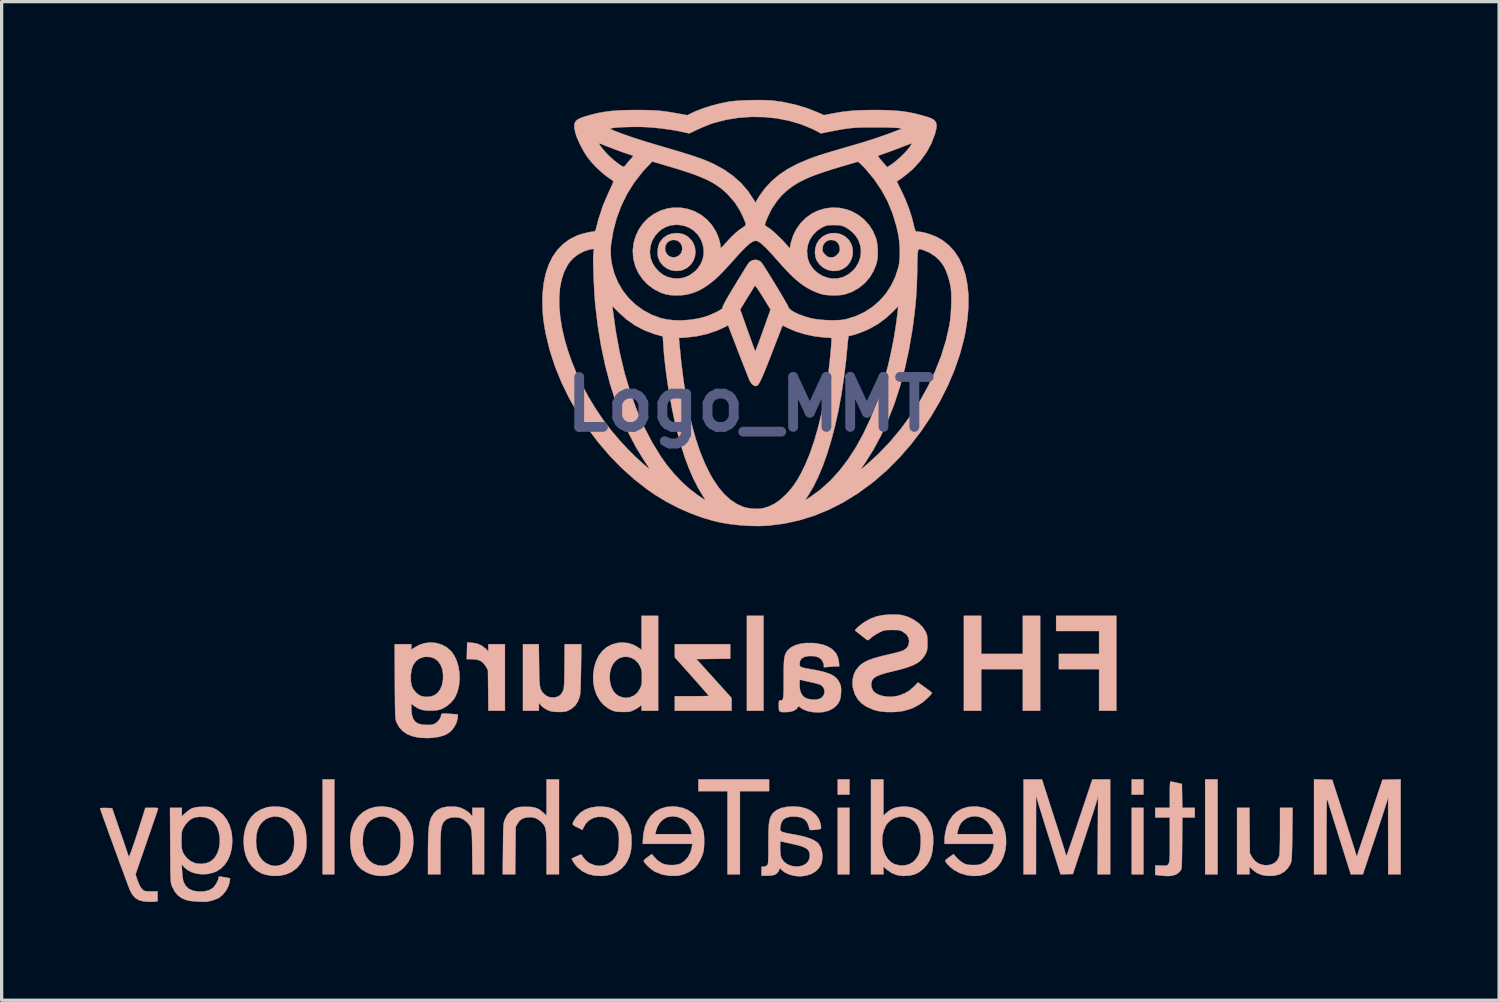
<source format=kicad_pcb>
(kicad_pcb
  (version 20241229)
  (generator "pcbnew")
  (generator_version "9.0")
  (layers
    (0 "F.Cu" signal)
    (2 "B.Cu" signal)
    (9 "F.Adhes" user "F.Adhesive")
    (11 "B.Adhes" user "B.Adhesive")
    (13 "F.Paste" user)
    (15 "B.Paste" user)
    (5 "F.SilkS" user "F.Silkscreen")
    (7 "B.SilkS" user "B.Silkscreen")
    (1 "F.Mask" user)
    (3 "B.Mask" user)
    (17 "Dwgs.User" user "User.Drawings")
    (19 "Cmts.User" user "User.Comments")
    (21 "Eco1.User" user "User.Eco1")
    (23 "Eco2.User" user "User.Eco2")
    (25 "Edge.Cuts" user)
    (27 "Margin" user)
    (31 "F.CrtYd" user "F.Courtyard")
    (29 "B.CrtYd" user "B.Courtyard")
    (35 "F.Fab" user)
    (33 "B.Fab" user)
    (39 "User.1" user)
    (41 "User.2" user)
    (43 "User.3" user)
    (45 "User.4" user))
  (footprint "Logo_MMT"
    (layer "F.Cu")
    (at 19.859 9.294)
    (property "Reference" "Logo_MMT" (at 0 0 180) (layer "B.Fab") (effects (font (size 1.524 1.524) (thickness 0.3))))
    (attr through_hole)
    (fp_poly (pts (xy -13.06 14.351) (xy -12.7 14.351) (xy -12.7 11.451) (xy -13.06 11.451) (xy -13.06 14.351)) (stroke (width 0.01) (type solid)) (fill yes) (layer "B.SilkS"))
    (fp_poly (pts (xy -0.106 9.356) (xy 0.402 9.356) (xy 0.402 6.456) (xy -0.106 6.456) (xy -0.106 9.356)) (stroke (width 0.01) (type solid)) (fill yes) (layer "B.SilkS"))
    (fp_poly (pts (xy 2.667 11.917) (xy 3.027 11.917) (xy 3.027 11.451) (xy 2.667 11.451) (xy 2.667 11.917)) (stroke (width 0.01) (type solid)) (fill yes) (layer "B.SilkS"))
    (fp_poly (pts (xy 2.667 14.351) (xy 3.027 14.351) (xy 3.027 12.319) (xy 2.667 12.319) (xy 2.667 14.351)) (stroke (width 0.01) (type solid)) (fill yes) (layer "B.SilkS"))
    (fp_poly (pts (xy 11.642 11.917) (xy 12.002 11.917) (xy 12.002 11.451) (xy 11.642 11.451) (xy 11.642 11.917)) (stroke (width 0.01) (type solid)) (fill yes) (layer "B.SilkS"))
    (fp_poly (pts (xy 11.642 14.351) (xy 12.002 14.351) (xy 12.002 12.319) (xy 11.642 12.319) (xy 11.642 14.351)) (stroke (width 0.01) (type solid)) (fill yes) (layer "B.SilkS"))
    (fp_poly (pts (xy 13.885 14.351) (xy 14.266 14.351) (xy 14.266 11.451) (xy 13.885 11.451) (xy 13.885 14.351)) (stroke (width 0.01) (type solid)) (fill yes) (layer "B.SilkS"))
    (fp_poly (pts (xy -1.587 11.811) (xy -0.699 11.811) (xy -0.699 14.351) (xy -0.318 14.351) (xy -0.318 11.811) (xy 0.572 11.811) (xy 0.572 11.451) (xy -1.587 11.451) (xy -1.587 11.811)) (stroke (width 0.01) (type solid)) (fill yes) (layer "B.SilkS"))
    (fp_poly (pts (xy 9.335 6.921) (xy 10.647 6.921) (xy 10.647 7.62) (xy 9.419 7.62) (xy 9.419 8.086) (xy 10.647 8.086) (xy 10.647 9.356) (xy 11.176 9.356) (xy 11.176 6.456) (xy 9.335 6.456) (xy 9.335 6.921)) (stroke (width 0.01) (type solid)) (fill yes) (layer "B.SilkS"))
    (fp_poly (pts (xy 8.319 7.62) (xy 7.048 7.62) (xy 7.048 6.456) (xy 6.519 6.456) (xy 6.519 9.356) (xy 7.048 9.356) (xy 7.048 8.086) (xy 8.319 8.086) (xy 8.319 9.356) (xy 8.848 9.356) (xy 8.848 6.456) (xy 8.319 6.456) (xy 8.319 7.62)) (stroke (width 0.01) (type solid)) (fill yes) (layer "B.SilkS"))
    (fp_poly (pts (xy -8.652 7.525) (xy -8.658 7.78) (xy -8.5 7.781) (xy -8.358 7.793) (xy -8.247 7.829) (xy -8.159 7.892) (xy -8.086 7.986) (xy -8.078 8.001) (xy -8.012 8.117) (xy -8.005 8.737) (xy -7.998 9.356) (xy -7.493 9.356) (xy -7.493 7.324) (xy -8.001 7.324) (xy -8.001 7.542) (xy -8.079 7.462) (xy -8.199 7.368) (xy -8.343 7.305) (xy -8.504 7.278) (xy -8.509 7.278) (xy -8.647 7.271) (xy -8.652 7.525)) (stroke (width 0.01) (type solid)) (fill yes) (layer "B.SilkS"))
    (fp_poly (pts (xy -2.307 7.724) (xy -1.789 8.306) (xy -1.671 8.439) (xy -1.562 8.562) (xy -1.466 8.671) (xy -1.386 8.763) (xy -1.324 8.834) (xy -1.285 8.881) (xy -1.27 8.9) (xy -1.27 8.9) (xy -1.29 8.903) (xy -1.347 8.906) (xy -1.435 8.908) (xy -1.548 8.91) (xy -1.68 8.911) (xy -1.789 8.911) (xy -2.307 8.911) (xy -2.307 9.356) (xy -0.572 9.356) (xy -0.573 9.16) (xy -0.574 8.964) (xy -1.11 8.371) (xy -1.646 7.779) (xy -1.13 7.773) (xy -0.614 7.767) (xy -0.614 7.324) (xy -2.307 7.324) (xy -2.307 7.724)) (stroke (width 0.01) (type solid)) (fill yes) (layer "B.SilkS"))
    (fp_poly (pts (xy 16.171 13.008) (xy 16.171 13.232) (xy 16.168 13.422) (xy 16.164 13.576) (xy 16.159 13.692) (xy 16.152 13.769) (xy 16.147 13.793) (xy 16.099 13.905) (xy 16.021 13.99) (xy 15.915 14.046) (xy 15.787 14.071) (xy 15.687 14.069) (xy 15.549 14.035) (xy 15.433 13.965) (xy 15.339 13.859) (xy 15.316 13.822) (xy 15.251 13.705) (xy 15.244 13.012) (xy 15.238 12.319) (xy 14.859 12.319) (xy 14.859 14.351) (xy 15.24 14.351) (xy 15.24 14.12) (xy 15.336 14.213) (xy 15.462 14.307) (xy 15.614 14.369) (xy 15.787 14.398) (xy 15.977 14.394) (xy 16.01 14.39) (xy 16.164 14.349) (xy 16.299 14.272) (xy 16.41 14.165) (xy 16.491 14.032) (xy 16.513 13.974) (xy 16.521 13.928) (xy 16.528 13.843) (xy 16.534 13.718) (xy 16.539 13.553) (xy 16.544 13.347) (xy 16.547 13.107) (xy 16.556 12.319) (xy 16.171 12.319) (xy 16.171 13.008)) (stroke (width 0.01) (type solid)) (fill yes) (layer "B.SilkS"))
    (fp_poly (pts (xy -2.414 -5.209) (xy -2.555 -5.155) (xy -2.673 -5.066) (xy -2.765 -4.945) (xy -2.777 -4.922) (xy -2.811 -4.827) (xy -2.83 -4.711) (xy -2.833 -4.591) (xy -2.818 -4.487) (xy -2.817 -4.482) (xy -2.759 -4.348) (xy -2.669 -4.237) (xy -2.555 -4.151) (xy -2.424 -4.094) (xy -2.281 -4.07) (xy -2.134 -4.081) (xy -2.057 -4.103) (xy -1.923 -4.171) (xy -1.817 -4.267) (xy -1.738 -4.385) (xy -1.691 -4.517) (xy -1.675 -4.657) (xy -1.685 -4.726) (xy -2.079 -4.726) (xy -2.08 -4.718) (xy -2.112 -4.623) (xy -2.173 -4.55) (xy -2.254 -4.503) (xy -2.346 -4.486) (xy -2.441 -4.505) (xy -2.476 -4.522) (xy -2.548 -4.586) (xy -2.591 -4.669) (xy -2.605 -4.761) (xy -2.589 -4.851) (xy -2.544 -4.93) (xy -2.473 -4.987) (xy -2.373 -5.018) (xy -2.277 -5.013) (xy -2.193 -4.976) (xy -2.127 -4.913) (xy -2.087 -4.828) (xy -2.079 -4.726) (xy -1.685 -4.726) (xy -1.694 -4.799) (xy -1.749 -4.936) (xy -1.795 -5.006) (xy -1.901 -5.116) (xy -2.025 -5.188) (xy -2.17 -5.223) (xy -2.251 -5.228) (xy -2.414 -5.209)) (stroke (width 0.01) (type solid)) (fill yes) (layer "B.SilkS"))
    (fp_poly (pts (xy -6.223 12.557) (xy -6.32 12.468) (xy -6.41 12.393) (xy -6.496 12.341) (xy -6.589 12.309) (xy -6.702 12.292) (xy -6.844 12.287) (xy -6.847 12.287) (xy -6.958 12.289) (xy -7.038 12.294) (xy -7.1 12.304) (xy -7.155 12.322) (xy -7.191 12.337) (xy -7.32 12.418) (xy -7.422 12.531) (xy -7.495 12.671) (xy -7.508 12.704) (xy -7.518 12.737) (xy -7.527 12.774) (xy -7.533 12.819) (xy -7.538 12.877) (xy -7.542 12.954) (xy -7.545 13.053) (xy -7.548 13.179) (xy -7.55 13.337) (xy -7.552 13.533) (xy -7.552 13.573) (xy -7.56 14.351) (xy -7.178 14.351) (xy -7.171 13.626) (xy -7.165 12.901) (xy -7.112 12.808) (xy -7.051 12.72) (xy -6.981 12.662) (xy -6.887 12.625) (xy -6.834 12.613) (xy -6.689 12.604) (xy -6.553 12.636) (xy -6.431 12.708) (xy -6.383 12.75) (xy -6.342 12.794) (xy -6.308 12.836) (xy -6.281 12.881) (xy -6.261 12.935) (xy -6.246 13.001) (xy -6.235 13.086) (xy -6.229 13.194) (xy -6.225 13.329) (xy -6.223 13.497) (xy -6.223 13.699) (xy -6.223 14.351) (xy -5.842 14.351) (xy -5.842 11.451) (xy -6.223 11.451) (xy -6.223 12.557)) (stroke (width 0.01) (type solid)) (fill yes) (layer "B.SilkS"))
    (fp_poly (pts (xy 2.473 -5.226) (xy 2.334 -5.191) (xy 2.207 -5.124) (xy 2.107 -5.033) (xy 2.03 -4.913) (xy 1.984 -4.774) (xy 1.971 -4.629) (xy 1.991 -4.486) (xy 2.027 -4.391) (xy 2.113 -4.267) (xy 2.226 -4.17) (xy 2.36 -4.104) (xy 2.505 -4.071) (xy 2.655 -4.075) (xy 2.699 -4.084) (xy 2.835 -4.137) (xy 2.948 -4.22) (xy 3.035 -4.327) (xy 3.096 -4.451) (xy 3.127 -4.586) (xy 3.128 -4.726) (xy 3.124 -4.74) (xy 2.731 -4.74) (xy 2.725 -4.681) (xy 2.704 -4.633) (xy 2.658 -4.579) (xy 2.648 -4.57) (xy 2.594 -4.52) (xy 2.549 -4.496) (xy 2.493 -4.488) (xy 2.466 -4.487) (xy 2.402 -4.491) (xy 2.355 -4.509) (xy 2.306 -4.548) (xy 2.284 -4.57) (xy 2.233 -4.625) (xy 2.209 -4.672) (xy 2.201 -4.728) (xy 2.201 -4.742) (xy 2.219 -4.848) (xy 2.269 -4.932) (xy 2.343 -4.991) (xy 2.433 -5.019) (xy 2.533 -5.012) (xy 2.601 -4.986) (xy 2.673 -4.926) (xy 2.717 -4.837) (xy 2.731 -4.74) (xy 3.124 -4.74) (xy 3.095 -4.863) (xy 3.027 -4.991) (xy 2.994 -5.033) (xy 2.884 -5.131) (xy 2.756 -5.196) (xy 2.616 -5.227) (xy 2.473 -5.226)) (stroke (width 0.01) (type solid)) (fill yes) (layer "B.SilkS"))
    (fp_poly (pts (xy 10.052 12.615) (xy 9.981 12.827) (xy 9.913 13.027) (xy 9.851 13.211) (xy 9.795 13.375) (xy 9.746 13.516) (xy 9.707 13.63) (xy 9.676 13.715) (xy 9.658 13.765) (xy 9.651 13.779) (xy 9.64 13.761) (xy 9.623 13.714) (xy 9.613 13.679) (xy 9.602 13.64) (xy 9.579 13.564) (xy 9.545 13.457) (xy 9.503 13.322) (xy 9.452 13.163) (xy 9.396 12.986) (xy 9.334 12.793) (xy 9.269 12.589) (xy 9.245 12.515) (xy 8.903 11.451) (xy 8.34 11.451) (xy 8.34 14.351) (xy 8.721 14.351) (xy 8.722 13.15) (xy 8.723 11.949) (xy 8.791 12.181) (xy 8.812 12.25) (xy 8.844 12.353) (xy 8.885 12.487) (xy 8.934 12.644) (xy 8.989 12.822) (xy 9.049 13.013) (xy 9.112 13.213) (xy 9.166 13.383) (xy 9.471 14.352) (xy 9.66 14.346) (xy 9.848 14.34) (xy 10.163 13.388) (xy 10.23 13.187) (xy 10.294 12.99) (xy 10.355 12.804) (xy 10.411 12.632) (xy 10.461 12.481) (xy 10.501 12.356) (xy 10.531 12.261) (xy 10.547 12.212) (xy 10.616 11.988) (xy 10.608 13.17) (xy 10.6 14.351) (xy 10.986 14.351) (xy 10.986 11.451) (xy 10.441 11.451) (xy 10.052 12.615)) (stroke (width 0.01) (type solid)) (fill yes) (layer "B.SilkS"))
    (fp_poly (pts (xy 12.823 11.525) (xy 12.815 11.558) (xy 12.81 11.618) (xy 12.807 11.709) (xy 12.806 11.837) (xy 12.806 11.917) (xy 12.806 12.319) (xy 12.361 12.319) (xy 12.361 12.615) (xy 12.806 12.615) (xy 12.806 13.301) (xy 12.806 13.504) (xy 12.806 13.67) (xy 12.803 13.8) (xy 12.798 13.901) (xy 12.788 13.974) (xy 12.772 14.026) (xy 12.748 14.058) (xy 12.716 14.076) (xy 12.675 14.084) (xy 12.622 14.084) (xy 12.556 14.082) (xy 12.543 14.081) (xy 12.361 14.077) (xy 12.361 14.369) (xy 12.483 14.382) (xy 12.596 14.393) (xy 12.676 14.4) (xy 12.736 14.403) (xy 12.785 14.402) (xy 12.834 14.397) (xy 12.867 14.392) (xy 12.982 14.362) (xy 13.072 14.305) (xy 13.133 14.237) (xy 13.144 14.22) (xy 13.153 14.201) (xy 13.161 14.174) (xy 13.166 14.135) (xy 13.171 14.081) (xy 13.174 14.006) (xy 13.177 13.907) (xy 13.179 13.778) (xy 13.181 13.617) (xy 13.182 13.418) (xy 13.183 13.397) (xy 13.189 12.615) (xy 13.568 12.615) (xy 13.568 12.319) (xy 13.188 12.319) (xy 13.182 11.955) (xy 13.176 11.59) (xy 13.018 11.553) (xy 12.938 11.535) (xy 12.873 11.522) (xy 12.835 11.516) (xy 12.832 11.516) (xy 12.823 11.525)) (stroke (width 0.01) (type solid)) (fill yes) (layer "B.SilkS"))
    (fp_poly (pts (xy -9.266 12.285) (xy -9.423 12.318) (xy -9.551 12.38) (xy -9.655 12.473) (xy -9.735 12.598) (xy -9.735 12.598) (xy -9.762 12.66) (xy -9.784 12.728) (xy -9.802 12.808) (xy -9.816 12.903) (xy -9.826 13.019) (xy -9.834 13.16) (xy -9.838 13.33) (xy -9.841 13.534) (xy -9.842 13.753) (xy -9.842 14.351) (xy -9.461 14.351) (xy -9.461 13.699) (xy -9.461 13.485) (xy -9.458 13.309) (xy -9.454 13.166) (xy -9.447 13.051) (xy -9.436 12.96) (xy -9.422 12.887) (xy -9.403 12.829) (xy -9.38 12.78) (xy -9.356 12.742) (xy -9.278 12.67) (xy -9.17 12.625) (xy -9.033 12.608) (xy -9.017 12.608) (xy -8.876 12.623) (xy -8.757 12.673) (xy -8.653 12.758) (xy -8.639 12.774) (xy -8.603 12.816) (xy -8.573 12.856) (xy -8.549 12.896) (xy -8.532 12.943) (xy -8.518 13.002) (xy -8.509 13.077) (xy -8.502 13.173) (xy -8.498 13.296) (xy -8.495 13.451) (xy -8.493 13.642) (xy -8.492 13.679) (xy -8.485 14.351) (xy -8.128 14.351) (xy -8.128 12.319) (xy -8.488 12.319) (xy -8.488 12.583) (xy -8.552 12.505) (xy -8.608 12.452) (xy -8.688 12.396) (xy -8.756 12.358) (xy -8.837 12.321) (xy -8.911 12.299) (xy -8.993 12.286) (xy -9.08 12.281) (xy -9.266 12.285)) (stroke (width 0.01) (type solid)) (fill yes) (layer "B.SilkS"))
    (fp_poly (pts (xy 17.209 14.351) (xy 17.59 14.351) (xy 17.591 13.171) (xy 17.591 12.918) (xy 17.592 12.704) (xy 17.593 12.527) (xy 17.594 12.384) (xy 17.595 12.271) (xy 17.597 12.187) (xy 17.6 12.127) (xy 17.603 12.089) (xy 17.607 12.07) (xy 17.612 12.068) (xy 17.618 12.079) (xy 17.624 12.097) (xy 17.639 12.146) (xy 17.665 12.231) (xy 17.701 12.345) (xy 17.745 12.485) (xy 17.794 12.643) (xy 17.848 12.817) (xy 17.906 12.999) (xy 17.964 13.185) (xy 18.022 13.369) (xy 18.078 13.547) (xy 18.131 13.714) (xy 18.178 13.863) (xy 18.217 13.986) (xy 18.332 14.351) (xy 18.701 14.351) (xy 19.017 13.404) (xy 19.084 13.203) (xy 19.149 13.007) (xy 19.211 12.822) (xy 19.267 12.651) (xy 19.316 12.501) (xy 19.357 12.376) (xy 19.387 12.282) (xy 19.402 12.234) (xy 19.471 12.012) (xy 19.472 13.182) (xy 19.473 14.351) (xy 19.854 14.351) (xy 19.854 11.45) (xy 19.297 11.462) (xy 18.513 13.811) (xy 18.473 13.674) (xy 18.459 13.627) (xy 18.433 13.544) (xy 18.397 13.429) (xy 18.352 13.288) (xy 18.3 13.125) (xy 18.242 12.943) (xy 18.18 12.748) (xy 18.114 12.543) (xy 18.1 12.499) (xy 17.766 11.462) (xy 17.487 11.456) (xy 17.209 11.45) (xy 17.209 14.351)) (stroke (width 0.01) (type solid)) (fill yes) (layer "B.SilkS"))
    (fp_poly (pts (xy -5.676 7.996) (xy -5.678 8.183) (xy -5.681 8.333) (xy -5.683 8.451) (xy -5.686 8.542) (xy -5.691 8.61) (xy -5.697 8.661) (xy -5.704 8.7) (xy -5.714 8.732) (xy -5.726 8.761) (xy -5.729 8.767) (xy -5.786 8.859) (xy -5.86 8.916) (xy -5.96 8.945) (xy -5.989 8.949) (xy -6.115 8.945) (xy -6.222 8.905) (xy -6.315 8.827) (xy -6.315 8.827) (xy -6.349 8.788) (xy -6.376 8.749) (xy -6.397 8.706) (xy -6.414 8.652) (xy -6.426 8.585) (xy -6.435 8.497) (xy -6.441 8.385) (xy -6.445 8.244) (xy -6.449 8.067) (xy -6.45 7.953) (xy -6.459 7.324) (xy -6.943 7.324) (xy -6.943 9.356) (xy -6.456 9.356) (xy -6.456 9.121) (xy -6.391 9.195) (xy -6.335 9.246) (xy -6.259 9.299) (xy -6.206 9.328) (xy -6.139 9.357) (xy -6.075 9.376) (xy -6 9.386) (xy -5.898 9.392) (xy -5.885 9.392) (xy -5.75 9.392) (xy -5.649 9.381) (xy -5.607 9.37) (xy -5.462 9.298) (xy -5.349 9.2) (xy -5.265 9.073) (xy -5.218 8.953) (xy -5.208 8.915) (xy -5.199 8.869) (xy -5.192 8.81) (xy -5.187 8.733) (xy -5.182 8.633) (xy -5.178 8.507) (xy -5.175 8.349) (xy -5.171 8.155) (xy -5.17 8.08) (xy -5.159 7.324) (xy -5.67 7.324) (xy -5.676 7.996)) (stroke (width 0.01) (type solid)) (fill yes) (layer "B.SilkS"))
    (fp_poly (pts (xy 3.683 14.351) (xy 4.064 14.351) (xy 4.064 14.114) (xy 4.171 14.21) (xy 4.312 14.309) (xy 4.475 14.373) (xy 4.656 14.4) (xy 4.853 14.39) (xy 5.012 14.353) (xy 5.15 14.285) (xy 5.272 14.189) (xy 5.384 14.068) (xy 5.468 13.936) (xy 5.527 13.786) (xy 5.564 13.612) (xy 5.582 13.409) (xy 5.582 13.384) (xy 5.201 13.384) (xy 5.192 13.519) (xy 5.177 13.623) (xy 5.154 13.707) (xy 5.119 13.784) (xy 5.074 13.857) (xy 4.979 13.964) (xy 4.86 14.037) (xy 4.724 14.076) (xy 4.576 14.08) (xy 4.42 14.045) (xy 4.41 14.042) (xy 4.297 13.98) (xy 4.201 13.886) (xy 4.125 13.766) (xy 4.069 13.627) (xy 4.035 13.474) (xy 4.024 13.315) (xy 4.036 13.156) (xy 4.074 13.003) (xy 4.137 12.863) (xy 4.19 12.786) (xy 4.291 12.691) (xy 4.415 12.624) (xy 4.553 12.59) (xy 4.695 12.588) (xy 4.833 12.622) (xy 4.888 12.648) (xy 5.01 12.738) (xy 5.103 12.857) (xy 5.165 13.007) (xy 5.198 13.186) (xy 5.201 13.384) (xy 5.582 13.384) (xy 5.583 13.217) (xy 5.566 13.053) (xy 5.531 12.908) (xy 5.476 12.771) (xy 5.469 12.758) (xy 5.365 12.59) (xy 5.239 12.457) (xy 5.091 12.362) (xy 4.922 12.303) (xy 4.732 12.28) (xy 4.637 12.282) (xy 4.48 12.301) (xy 4.351 12.34) (xy 4.239 12.404) (xy 4.16 12.469) (xy 4.064 12.557) (xy 4.064 11.451) (xy 3.683 11.451) (xy 3.683 14.351)) (stroke (width 0.01) (type solid)) (fill yes) (layer "B.SilkS"))
    (fp_poly (pts (xy -3.323 7.495) (xy -3.392 7.444) (xy -3.555 7.347) (xy -3.733 7.289) (xy -3.919 7.272) (xy -4.043 7.282) (xy -4.226 7.331) (xy -4.386 7.415) (xy -4.523 7.533) (xy -4.635 7.683) (xy -4.719 7.863) (xy -4.771 8.048) (xy -4.8 8.269) (xy -4.796 8.483) (xy -4.76 8.686) (xy -4.694 8.872) (xy -4.6 9.037) (xy -4.481 9.177) (xy -4.337 9.287) (xy -4.279 9.318) (xy -4.209 9.351) (xy -4.15 9.371) (xy -4.086 9.383) (xy -4.004 9.389) (xy -3.928 9.392) (xy -3.831 9.392) (xy -3.745 9.389) (xy -3.683 9.384) (xy -3.662 9.379) (xy -3.558 9.336) (xy -3.449 9.275) (xy -3.392 9.236) (xy -3.323 9.184) (xy -3.323 9.356) (xy -2.815 9.356) (xy -2.815 8.34) (xy -3.313 8.34) (xy -3.314 8.444) (xy -3.318 8.519) (xy -3.329 8.577) (xy -3.347 8.63) (xy -3.372 8.684) (xy -3.451 8.805) (xy -3.551 8.891) (xy -3.676 8.944) (xy -3.679 8.945) (xy -3.797 8.962) (xy -3.911 8.947) (xy -4.022 8.903) (xy -4.119 8.833) (xy -4.196 8.733) (xy -4.252 8.61) (xy -4.285 8.473) (xy -4.296 8.328) (xy -4.284 8.183) (xy -4.249 8.045) (xy -4.189 7.922) (xy -4.105 7.823) (xy -3.994 7.748) (xy -3.874 7.711) (xy -3.749 7.709) (xy -3.629 7.742) (xy -3.518 7.806) (xy -3.425 7.902) (xy -3.363 8.005) (xy -3.339 8.065) (xy -3.324 8.124) (xy -3.316 8.194) (xy -3.313 8.288) (xy -3.313 8.34) (xy -2.815 8.34) (xy -2.815 6.456) (xy -3.323 6.456) (xy -3.323 7.495)) (stroke (width 0.01) (type solid)) (fill yes) (layer "B.SilkS"))
    (fp_poly (pts (xy -14.7 12.292) (xy -14.774 12.307) (xy -14.956 12.374) (xy -15.114 12.474) (xy -15.244 12.604) (xy -15.347 12.764) (xy -15.42 12.95) (xy -15.462 13.161) (xy -15.472 13.346) (xy -15.456 13.57) (xy -15.408 13.773) (xy -15.33 13.952) (xy -15.224 14.103) (xy -15.091 14.226) (xy -14.933 14.317) (xy -14.816 14.358) (xy -14.598 14.397) (xy -14.383 14.394) (xy -14.372 14.393) (xy -14.172 14.35) (xy -13.998 14.272) (xy -13.849 14.162) (xy -13.727 14.019) (xy -13.633 13.846) (xy -13.577 13.674) (xy -13.556 13.553) (xy -13.548 13.407) (xy -13.551 13.302) (xy -13.928 13.302) (xy -13.929 13.443) (xy -13.942 13.57) (xy -13.956 13.634) (xy -14.019 13.787) (xy -14.11 13.913) (xy -14.225 14.009) (xy -14.358 14.071) (xy -14.501 14.095) (xy -14.552 14.09) (xy -14.623 14.076) (xy -14.67 14.063) (xy -14.792 14.006) (xy -14.901 13.915) (xy -14.989 13.797) (xy -15.048 13.663) (xy -15.082 13.5) (xy -15.092 13.32) (xy -15.079 13.143) (xy -15.049 13.011) (xy -14.986 12.866) (xy -14.898 12.75) (xy -14.791 12.665) (xy -14.671 12.61) (xy -14.544 12.585) (xy -14.414 12.592) (xy -14.289 12.63) (xy -14.173 12.701) (xy -14.072 12.803) (xy -13.994 12.933) (xy -13.961 13.033) (xy -13.939 13.161) (xy -13.928 13.302) (xy -13.551 13.302) (xy -13.552 13.25) (xy -13.566 13.097) (xy -13.59 12.962) (xy -13.61 12.895) (xy -13.694 12.718) (xy -13.81 12.564) (xy -13.954 12.438) (xy -14.121 12.345) (xy -14.148 12.334) (xy -14.266 12.302) (xy -14.408 12.284) (xy -14.558 12.28) (xy -14.7 12.292)) (stroke (width 0.01) (type solid)) (fill yes) (layer "B.SilkS"))
    (fp_poly (pts (xy -11.466 12.296) (xy -11.651 12.351) (xy -11.815 12.442) (xy -11.954 12.565) (xy -12.067 12.72) (xy -12.106 12.795) (xy -12.159 12.922) (xy -12.192 13.045) (xy -12.211 13.178) (xy -12.217 13.336) (xy -12.217 13.346) (xy -12.203 13.567) (xy -12.162 13.76) (xy -12.092 13.929) (xy -11.998 14.071) (xy -11.871 14.197) (xy -11.716 14.294) (xy -11.54 14.362) (xy -11.35 14.397) (xy -11.15 14.397) (xy -11.112 14.393) (xy -10.926 14.355) (xy -10.766 14.288) (xy -10.626 14.189) (xy -10.556 14.12) (xy -10.44 13.97) (xy -10.358 13.798) (xy -10.308 13.603) (xy -10.288 13.382) (xy -10.288 13.346) (xy -10.289 13.324) (xy -10.679 13.324) (xy -10.683 13.482) (xy -10.697 13.607) (xy -10.725 13.709) (xy -10.768 13.797) (xy -10.83 13.88) (xy -10.855 13.909) (xy -10.973 14.008) (xy -11.104 14.069) (xy -11.245 14.09) (xy -11.388 14.071) (xy -11.524 14.015) (xy -11.643 13.924) (xy -11.734 13.802) (xy -11.796 13.65) (xy -11.829 13.468) (xy -11.835 13.335) (xy -11.821 13.134) (xy -11.779 12.964) (xy -11.707 12.824) (xy -11.607 12.715) (xy -11.504 12.647) (xy -11.361 12.595) (xy -11.218 12.583) (xy -11.082 12.609) (xy -10.957 12.672) (xy -10.847 12.77) (xy -10.758 12.902) (xy -10.74 12.938) (xy -10.714 12.998) (xy -10.696 13.051) (xy -10.686 13.107) (xy -10.681 13.178) (xy -10.679 13.275) (xy -10.679 13.324) (xy -10.289 13.324) (xy -10.302 13.122) (xy -10.348 12.924) (xy -10.419 12.758) (xy -10.528 12.592) (xy -10.662 12.462) (xy -10.821 12.365) (xy -11.003 12.304) (xy -11.208 12.278) (xy -11.263 12.277) (xy -11.466 12.296)) (stroke (width 0.01) (type solid)) (fill yes) (layer "B.SilkS"))
    (fp_poly (pts (xy -4.669 12.282) (xy -4.867 12.31) (xy -5.04 12.371) (xy -5.188 12.467) (xy -5.31 12.596) (xy -5.345 12.646) (xy -5.396 12.729) (xy -5.422 12.785) (xy -5.422 12.825) (xy -5.391 12.858) (xy -5.33 12.893) (xy -5.283 12.916) (xy -5.126 12.994) (xy -5.1 12.931) (xy -5.025 12.801) (xy -4.923 12.7) (xy -4.798 12.631) (xy -4.657 12.596) (xy -4.505 12.597) (xy -4.395 12.62) (xy -4.302 12.666) (xy -4.21 12.743) (xy -4.129 12.842) (xy -4.068 12.953) (xy -4.063 12.966) (xy -4.04 13.03) (xy -4.025 13.093) (xy -4.017 13.167) (xy -4.013 13.263) (xy -4.013 13.335) (xy -4.019 13.501) (xy -4.04 13.635) (xy -4.079 13.747) (xy -4.138 13.845) (xy -4.213 13.93) (xy -4.331 14.02) (xy -4.466 14.074) (xy -4.611 14.091) (xy -4.759 14.071) (xy -4.905 14.012) (xy -4.922 14.002) (xy -4.991 13.952) (xy -5.059 13.884) (xy -5.117 13.812) (xy -5.149 13.752) (xy -5.172 13.746) (xy -5.229 13.764) (xy -5.308 13.799) (xy -5.458 13.871) (xy -5.415 13.955) (xy -5.377 14.016) (xy -5.32 14.087) (xy -5.271 14.141) (xy -5.123 14.26) (xy -4.953 14.343) (xy -4.761 14.389) (xy -4.547 14.4) (xy -4.413 14.39) (xy -4.238 14.349) (xy -4.075 14.275) (xy -3.931 14.171) (xy -3.815 14.043) (xy -3.757 13.948) (xy -3.702 13.827) (xy -3.664 13.713) (xy -3.64 13.588) (xy -3.627 13.438) (xy -3.626 13.428) (xy -3.629 13.192) (xy -3.665 12.981) (xy -3.737 12.792) (xy -3.843 12.625) (xy -3.905 12.554) (xy -4.04 12.435) (xy -4.188 12.351) (xy -4.354 12.3) (xy -4.543 12.28) (xy -4.669 12.282)) (stroke (width 0.01) (type solid)) (fill yes) (layer "B.SilkS"))
    (fp_poly (pts (xy -2.571 12.295) (xy -2.749 12.349) (xy -2.905 12.437) (xy -3.035 12.557) (xy -3.139 12.708) (xy -3.216 12.888) (xy -3.263 13.096) (xy -3.275 13.224) (xy -3.287 13.42) (xy -1.772 13.42) (xy -1.786 13.518) (xy -1.827 13.677) (xy -1.903 13.819) (xy -2.008 13.937) (xy -2.124 14.018) (xy -2.215 14.05) (xy -2.331 14.066) (xy -2.456 14.067) (xy -2.576 14.053) (xy -2.676 14.024) (xy -2.688 14.018) (xy -2.833 13.924) (xy -2.958 13.792) (xy -3.006 13.731) (xy -3.128 13.817) (xy -3.189 13.864) (xy -3.235 13.907) (xy -3.256 13.936) (xy -3.256 13.936) (xy -3.245 13.97) (xy -3.207 14.021) (xy -3.15 14.083) (xy -3.081 14.147) (xy -3.008 14.207) (xy -2.939 14.255) (xy -2.908 14.273) (xy -2.703 14.353) (xy -2.485 14.394) (xy -2.258 14.396) (xy -2.205 14.391) (xy -2.053 14.356) (xy -1.899 14.292) (xy -1.761 14.206) (xy -1.708 14.162) (xy -1.628 14.071) (xy -1.552 13.952) (xy -1.487 13.819) (xy -1.441 13.688) (xy -1.437 13.674) (xy -1.421 13.579) (xy -1.412 13.459) (xy -1.409 13.327) (xy -1.412 13.198) (xy -1.419 13.123) (xy -1.794 13.123) (xy -2.903 13.123) (xy -2.889 13.055) (xy -2.84 12.904) (xy -2.765 12.776) (xy -2.668 12.677) (xy -2.553 12.612) (xy -2.521 12.601) (xy -2.376 12.58) (xy -2.234 12.596) (xy -2.102 12.647) (xy -1.987 12.729) (xy -1.894 12.837) (xy -1.829 12.968) (xy -1.809 13.045) (xy -1.794 13.123) (xy -1.419 13.123) (xy -1.423 13.085) (xy -1.437 13.007) (xy -1.513 12.806) (xy -1.617 12.635) (xy -1.748 12.495) (xy -1.903 12.388) (xy -2.08 12.316) (xy -2.277 12.28) (xy -2.37 12.277) (xy -2.571 12.295)) (stroke (width 0.01) (type solid)) (fill yes) (layer "B.SilkS"))
    (fp_poly (pts (xy 6.635 12.295) (xy 6.458 12.349) (xy 6.304 12.438) (xy 6.173 12.561) (xy 6.069 12.714) (xy 5.992 12.899) (xy 5.949 13.086) (xy 5.937 13.176) (xy 5.929 13.269) (xy 5.927 13.319) (xy 5.927 13.42) (xy 7.435 13.42) (xy 7.421 13.524) (xy 7.381 13.686) (xy 7.307 13.826) (xy 7.202 13.94) (xy 7.11 14.002) (xy 7.05 14.033) (xy 6.997 14.052) (xy 6.938 14.061) (xy 6.858 14.065) (xy 6.805 14.065) (xy 6.707 14.063) (xy 6.636 14.056) (xy 6.579 14.041) (xy 6.522 14.016) (xy 6.506 14.008) (xy 6.433 13.96) (xy 6.353 13.895) (xy 6.301 13.842) (xy 6.203 13.734) (xy 6.075 13.823) (xy 6.013 13.869) (xy 5.968 13.908) (xy 5.948 13.932) (xy 5.948 13.934) (xy 5.964 13.971) (xy 6.005 14.026) (xy 6.066 14.09) (xy 6.136 14.154) (xy 6.21 14.211) (xy 6.226 14.222) (xy 6.399 14.314) (xy 6.594 14.374) (xy 6.799 14.4) (xy 6.985 14.393) (xy 7.17 14.356) (xy 7.329 14.289) (xy 7.469 14.19) (xy 7.545 14.117) (xy 7.651 13.974) (xy 7.731 13.804) (xy 7.784 13.614) (xy 7.809 13.411) (xy 7.803 13.203) (xy 7.78 13.072) (xy 7.408 13.072) (xy 7.408 13.123) (xy 6.311 13.123) (xy 6.338 13.012) (xy 6.377 12.884) (xy 6.431 12.785) (xy 6.491 12.718) (xy 6.609 12.635) (xy 6.739 12.588) (xy 6.873 12.577) (xy 7.006 12.601) (xy 7.13 12.658) (xy 7.24 12.748) (xy 7.329 12.868) (xy 7.339 12.887) (xy 7.374 12.962) (xy 7.399 13.028) (xy 7.408 13.072) (xy 7.78 13.072) (xy 7.768 13.007) (xy 7.698 12.808) (xy 7.598 12.638) (xy 7.47 12.498) (xy 7.316 12.392) (xy 7.139 12.319) (xy 6.939 12.282) (xy 6.834 12.277) (xy 6.635 12.295)) (stroke (width 0.01) (type solid)) (fill yes) (layer "B.SilkS"))
    (fp_poly (pts (xy -18.539 12.536) (xy -18.611 12.765) (xy -18.679 12.979) (xy -18.743 13.175) (xy -18.801 13.351) (xy -18.853 13.503) (xy -18.897 13.628) (xy -18.933 13.724) (xy -18.959 13.786) (xy -18.974 13.812) (xy -18.977 13.811) (xy -18.987 13.782) (xy -19.009 13.717) (xy -19.041 13.623) (xy -19.082 13.502) (xy -19.13 13.361) (xy -19.184 13.204) (xy -19.238 13.049) (xy -19.485 12.33) (xy -19.67 12.323) (xy -19.752 12.323) (xy -19.816 12.326) (xy -19.851 12.332) (xy -19.854 12.336) (xy -19.847 12.36) (xy -19.827 12.419) (xy -19.795 12.51) (xy -19.753 12.628) (xy -19.702 12.769) (xy -19.644 12.929) (xy -19.581 13.104) (xy -19.513 13.29) (xy -19.443 13.482) (xy -19.372 13.676) (xy -19.301 13.869) (xy -19.233 14.056) (xy -19.167 14.233) (xy -19.107 14.396) (xy -19.054 14.54) (xy -19.008 14.662) (xy -18.972 14.757) (xy -18.947 14.822) (xy -18.936 14.848) (xy -18.862 14.98) (xy -18.774 15.075) (xy -18.666 15.139) (xy -18.532 15.175) (xy -18.423 15.185) (xy -18.331 15.188) (xy -18.244 15.187) (xy -18.181 15.184) (xy -18.177 15.184) (xy -18.098 15.174) (xy -18.097 15.022) (xy -18.097 14.87) (xy -18.297 14.87) (xy -18.392 14.869) (xy -18.455 14.864) (xy -18.497 14.855) (xy -18.528 14.838) (xy -18.553 14.817) (xy -18.599 14.766) (xy -18.639 14.704) (xy -18.678 14.62) (xy -18.72 14.505) (xy -18.723 14.496) (xy -18.771 14.353) (xy -18.437 13.384) (xy -18.37 13.189) (xy -18.307 13.006) (xy -18.249 12.837) (xy -18.198 12.688) (xy -18.155 12.562) (xy -18.121 12.464) (xy -18.098 12.398) (xy -18.088 12.367) (xy -18.088 12.367) (xy -18.083 12.344) (xy -18.089 12.331) (xy -18.113 12.323) (xy -18.163 12.32) (xy -18.246 12.319) (xy -18.273 12.319) (xy -18.472 12.319) (xy -18.539 12.536)) (stroke (width 0.01) (type solid)) (fill yes) (layer "B.SilkS"))
    (fp_poly (pts (xy -9.946 7.292) (xy -10.116 7.347) (xy -10.273 7.437) (xy -10.282 7.444) (xy -10.351 7.495) (xy -10.351 7.324) (xy -10.861 7.324) (xy -10.854 8.461) (xy -10.853 8.71) (xy -10.851 8.92) (xy -10.85 9.094) (xy -10.848 9.238) (xy -10.846 9.354) (xy -10.843 9.446) (xy -10.84 9.518) (xy -10.836 9.573) (xy -10.83 9.615) (xy -10.824 9.649) (xy -10.816 9.676) (xy -10.806 9.702) (xy -10.8 9.717) (xy -10.719 9.865) (xy -10.605 9.986) (xy -10.461 10.079) (xy -10.286 10.144) (xy -10.081 10.181) (xy -9.848 10.19) (xy -9.673 10.18) (xy -9.494 10.151) (xy -9.335 10.101) (xy -9.235 10.051) (xy -9.131 9.968) (xy -9.043 9.858) (xy -8.977 9.733) (xy -8.939 9.606) (xy -8.932 9.536) (xy -8.932 9.468) (xy -9.107 9.454) (xy -9.233 9.445) (xy -9.323 9.441) (xy -9.382 9.441) (xy -9.418 9.448) (xy -9.435 9.461) (xy -9.44 9.481) (xy -9.44 9.485) (xy -9.457 9.556) (xy -9.502 9.632) (xy -9.566 9.702) (xy -9.617 9.739) (xy -9.67 9.765) (xy -9.724 9.78) (xy -9.794 9.787) (xy -9.885 9.788) (xy -10.035 9.777) (xy -10.152 9.743) (xy -10.238 9.683) (xy -10.297 9.594) (xy -10.333 9.472) (xy -10.347 9.328) (xy -10.355 9.141) (xy -10.256 9.216) (xy -10.145 9.285) (xy -10.024 9.329) (xy -9.881 9.351) (xy -9.718 9.352) (xy -9.606 9.345) (xy -9.521 9.332) (xy -9.448 9.31) (xy -9.394 9.288) (xy -9.266 9.212) (xy -9.146 9.112) (xy -9.05 9) (xy -9.024 8.959) (xy -8.947 8.792) (xy -8.898 8.605) (xy -8.876 8.406) (xy -8.88 8.243) (xy -9.382 8.243) (xy -9.383 8.398) (xy -9.412 8.564) (xy -9.469 8.703) (xy -9.551 8.811) (xy -9.656 8.886) (xy -9.781 8.927) (xy -9.924 8.932) (xy -10.04 8.909) (xy -10.108 8.878) (xy -10.182 8.824) (xy -10.214 8.795) (xy -10.289 8.701) (xy -10.339 8.594) (xy -10.364 8.464) (xy -10.369 8.306) (xy -10.368 8.274) (xy -10.344 8.101) (xy -10.294 7.958) (xy -10.216 7.846) (xy -10.112 7.766) (xy -9.983 7.719) (xy -9.906 7.709) (xy -9.765 7.717) (xy -9.642 7.761) (xy -9.54 7.839) (xy -9.462 7.947) (xy -9.408 8.082) (xy -9.382 8.243) (xy -8.88 8.243) (xy -8.881 8.204) (xy -8.912 8.007) (xy -8.968 7.821) (xy -9.048 7.656) (xy -9.142 7.529) (xy -9.275 7.415) (xy -9.428 7.334) (xy -9.596 7.286) (xy -9.771 7.271) (xy -9.946 7.292)) (stroke (width 0.01) (type solid)) (fill yes) (layer "B.SilkS"))
    (fp_poly (pts (xy 1.107 12.29) (xy 0.942 12.326) (xy 0.807 12.385) (xy 0.703 12.465) (xy 0.648 12.537) (xy 0.621 12.589) (xy 0.6 12.644) (xy 0.583 12.709) (xy 0.57 12.788) (xy 0.561 12.885) (xy 0.555 13.008) (xy 0.552 13.16) (xy 0.55 13.346) (xy 0.55 13.442) (xy 0.55 13.616) (xy 0.55 13.753) (xy 0.548 13.857) (xy 0.546 13.934) (xy 0.541 13.988) (xy 0.536 14.025) (xy 0.527 14.049) (xy 0.517 14.066) (xy 0.508 14.076) (xy 0.455 14.108) (xy 0.402 14.118) (xy 0.339 14.118) (xy 0.339 14.393) (xy 0.51 14.393) (xy 0.641 14.387) (xy 0.738 14.365) (xy 0.808 14.325) (xy 0.856 14.265) (xy 0.867 14.242) (xy 0.903 14.161) (xy 0.954 14.216) (xy 1.038 14.283) (xy 1.151 14.34) (xy 1.279 14.382) (xy 1.322 14.391) (xy 1.452 14.409) (xy 1.566 14.409) (xy 1.69 14.391) (xy 1.714 14.386) (xy 1.87 14.334) (xy 2 14.255) (xy 2.088 14.165) (xy 2.148 14.072) (xy 2.183 13.972) (xy 2.199 13.853) (xy 2.201 13.78) (xy 2.198 13.752) (xy 1.814 13.752) (xy 1.805 13.864) (xy 1.762 13.958) (xy 1.689 14.033) (xy 1.59 14.084) (xy 1.472 14.11) (xy 1.339 14.108) (xy 1.227 14.084) (xy 1.114 14.033) (xy 1.02 13.957) (xy 0.954 13.864) (xy 0.934 13.811) (xy 0.923 13.751) (xy 0.915 13.664) (xy 0.911 13.566) (xy 0.91 13.529) (xy 0.911 13.436) (xy 0.914 13.379) (xy 0.921 13.35) (xy 0.933 13.341) (xy 0.946 13.344) (xy 0.98 13.354) (xy 1.046 13.37) (xy 1.134 13.39) (xy 1.236 13.412) (xy 1.237 13.413) (xy 1.41 13.452) (xy 1.545 13.489) (xy 1.646 13.527) (xy 1.72 13.569) (xy 1.769 13.616) (xy 1.798 13.672) (xy 1.813 13.74) (xy 1.814 13.752) (xy 2.198 13.752) (xy 2.186 13.647) (xy 2.146 13.523) (xy 2.085 13.421) (xy 2.051 13.384) (xy 1.968 13.324) (xy 1.858 13.269) (xy 1.716 13.219) (xy 1.54 13.174) (xy 1.327 13.13) (xy 1.217 13.112) (xy 1.122 13.093) (xy 1.037 13.073) (xy 0.976 13.054) (xy 0.955 13.045) (xy 0.927 13.023) (xy 0.913 12.994) (xy 0.912 12.946) (xy 0.917 12.895) (xy 0.944 12.775) (xy 1 12.686) (xy 1.085 12.626) (xy 1.201 12.593) (xy 1.287 12.587) (xy 1.444 12.593) (xy 1.568 12.623) (xy 1.662 12.678) (xy 1.732 12.762) (xy 1.781 12.878) (xy 1.804 12.975) (xy 1.813 12.99) (xy 1.838 12.998) (xy 1.887 12.997) (xy 1.968 12.991) (xy 1.984 12.989) (xy 2.07 12.98) (xy 2.122 12.971) (xy 2.148 12.958) (xy 2.158 12.939) (xy 2.159 12.913) (xy 2.141 12.79) (xy 2.091 12.663) (xy 2.014 12.549) (xy 1.996 12.528) (xy 1.867 12.42) (xy 1.713 12.342) (xy 1.532 12.295) (xy 1.321 12.277) (xy 1.295 12.277) (xy 1.107 12.29)) (stroke (width 0.01) (type solid)) (fill yes) (layer "B.SilkS"))
    (fp_poly (pts (xy 1.528 7.31) (xy 1.368 7.356) (xy 1.238 7.423) (xy 1.155 7.494) (xy 1.118 7.539) (xy 1.087 7.585) (xy 1.064 7.637) (xy 1.046 7.701) (xy 1.033 7.781) (xy 1.025 7.883) (xy 1.019 8.012) (xy 1.017 8.172) (xy 1.016 8.368) (xy 1.016 8.392) (xy 1.016 8.574) (xy 1.015 8.719) (xy 1.012 8.829) (xy 1.007 8.911) (xy 1 8.968) (xy 0.988 9.005) (xy 0.973 9.026) (xy 0.952 9.035) (xy 0.926 9.038) (xy 0.917 9.038) (xy 0.892 9.041) (xy 0.878 9.054) (xy 0.871 9.086) (xy 0.868 9.146) (xy 0.868 9.205) (xy 0.869 9.292) (xy 0.877 9.347) (xy 0.9 9.379) (xy 0.945 9.394) (xy 1.02 9.398) (xy 1.087 9.398) (xy 1.224 9.386) (xy 1.333 9.353) (xy 1.41 9.301) (xy 1.438 9.264) (xy 1.461 9.226) (xy 1.48 9.222) (xy 1.512 9.247) (xy 1.613 9.315) (xy 1.745 9.365) (xy 1.899 9.397) (xy 2.066 9.407) (xy 2.214 9.397) (xy 2.379 9.358) (xy 2.522 9.287) (xy 2.61 9.215) (xy 2.68 9.134) (xy 2.727 9.05) (xy 2.755 8.951) (xy 2.768 8.824) (xy 2.769 8.801) (xy 2.77 8.784) (xy 2.265 8.784) (xy 2.244 8.868) (xy 2.193 8.941) (xy 2.134 8.983) (xy 2.049 9.008) (xy 1.943 9.016) (xy 1.831 9.008) (xy 1.729 8.984) (xy 1.665 8.954) (xy 1.587 8.882) (xy 1.535 8.79) (xy 1.508 8.672) (xy 1.503 8.564) (xy 1.504 8.481) (xy 1.508 8.433) (xy 1.517 8.412) (xy 1.533 8.41) (xy 1.539 8.412) (xy 1.573 8.422) (xy 1.639 8.438) (xy 1.727 8.458) (xy 1.829 8.48) (xy 1.829 8.48) (xy 1.933 8.503) (xy 2.027 8.527) (xy 2.1 8.548) (xy 2.141 8.563) (xy 2.213 8.622) (xy 2.255 8.698) (xy 2.265 8.784) (xy 2.77 8.784) (xy 2.772 8.705) (xy 2.767 8.635) (xy 2.755 8.577) (xy 2.731 8.516) (xy 2.725 8.503) (xy 2.677 8.418) (xy 2.615 8.346) (xy 2.535 8.285) (xy 2.431 8.232) (xy 2.3 8.185) (xy 2.137 8.143) (xy 1.938 8.102) (xy 1.843 8.086) (xy 1.717 8.064) (xy 1.626 8.045) (xy 1.566 8.027) (xy 1.529 8.006) (xy 1.51 7.981) (xy 1.504 7.947) (xy 1.503 7.92) (xy 1.52 7.827) (xy 1.57 7.757) (xy 1.655 7.71) (xy 1.776 7.687) (xy 1.857 7.684) (xy 1.988 7.695) (xy 2.09 7.73) (xy 2.167 7.792) (xy 2.196 7.83) (xy 2.227 7.893) (xy 2.243 7.955) (xy 2.244 7.965) (xy 2.244 8.028) (xy 2.418 8.015) (xy 2.508 8.008) (xy 2.589 8.004) (xy 2.646 8.001) (xy 2.654 8.001) (xy 2.714 8.001) (xy 2.705 7.876) (xy 2.675 7.725) (xy 2.609 7.593) (xy 2.508 7.484) (xy 2.373 7.397) (xy 2.207 7.334) (xy 2.01 7.296) (xy 1.914 7.288) (xy 1.711 7.287) (xy 1.528 7.31)) (stroke (width 0.01) (type solid)) (fill yes) (layer "B.SilkS"))
    (fp_poly (pts (xy -16.855 12.293) (xy -16.968 12.309) (xy -17.063 12.342) (xy -17.151 12.395) (xy -17.243 12.472) (xy -17.251 12.48) (xy -17.357 12.579) (xy -17.357 12.319) (xy -17.719 12.319) (xy -17.712 13.457) (xy -17.711 13.705) (xy -17.709 13.915) (xy -17.708 14.09) (xy -17.706 14.233) (xy -17.704 14.349) (xy -17.701 14.441) (xy -17.698 14.513) (xy -17.694 14.568) (xy -17.688 14.611) (xy -17.682 14.644) (xy -17.674 14.672) (xy -17.664 14.698) (xy -17.658 14.714) (xy -17.579 14.869) (xy -17.483 14.988) (xy -17.362 15.076) (xy -17.213 15.137) (xy -17.182 15.146) (xy -17.107 15.161) (xy -17.005 15.173) (xy -16.889 15.182) (xy -16.773 15.188) (xy -16.67 15.19) (xy -16.593 15.186) (xy -16.584 15.184) (xy -16.473 15.161) (xy -16.359 15.126) (xy -16.261 15.086) (xy -16.216 15.062) (xy -16.105 14.97) (xy -16.009 14.851) (xy -15.937 14.717) (xy -15.896 14.58) (xy -15.891 14.536) (xy -15.886 14.469) (xy -16.034 14.443) (xy -16.126 14.427) (xy -16.185 14.419) (xy -16.217 14.419) (xy -16.232 14.428) (xy -16.235 14.445) (xy -16.235 14.452) (xy -16.249 14.513) (xy -16.284 14.591) (xy -16.332 14.672) (xy -16.386 14.741) (xy -16.415 14.769) (xy -16.529 14.836) (xy -16.672 14.871) (xy -16.843 14.876) (xy -16.856 14.876) (xy -17.012 14.85) (xy -17.138 14.795) (xy -17.233 14.71) (xy -17.298 14.597) (xy -17.313 14.552) (xy -17.324 14.494) (xy -17.336 14.407) (xy -17.345 14.307) (xy -17.349 14.256) (xy -17.361 14.044) (xy -17.295 14.123) (xy -17.188 14.217) (xy -17.054 14.287) (xy -16.9 14.331) (xy -16.734 14.349) (xy -16.564 14.339) (xy -16.398 14.299) (xy -16.304 14.262) (xy -16.163 14.174) (xy -16.044 14.053) (xy -15.947 13.903) (xy -15.876 13.731) (xy -15.831 13.54) (xy -15.82 13.388) (xy -16.199 13.388) (xy -16.223 13.552) (xy -16.272 13.703) (xy -16.348 13.833) (xy -16.38 13.871) (xy -16.489 13.959) (xy -16.62 14.012) (xy -16.766 14.032) (xy -16.921 14.014) (xy -16.969 14.002) (xy -17.089 13.946) (xy -17.198 13.859) (xy -17.285 13.749) (xy -17.317 13.69) (xy -17.338 13.638) (xy -17.353 13.586) (xy -17.362 13.526) (xy -17.366 13.447) (xy -17.367 13.338) (xy -17.367 13.314) (xy -17.367 13.201) (xy -17.364 13.12) (xy -17.357 13.06) (xy -17.344 13.011) (xy -17.324 12.962) (xy -17.308 12.928) (xy -17.239 12.819) (xy -17.151 12.724) (xy -17.054 12.652) (xy -16.98 12.619) (xy -16.834 12.594) (xy -16.689 12.602) (xy -16.552 12.642) (xy -16.434 12.71) (xy -16.365 12.777) (xy -16.284 12.905) (xy -16.23 13.055) (xy -16.201 13.219) (xy -16.199 13.388) (xy -15.82 13.388) (xy -15.816 13.336) (xy -15.83 13.123) (xy -15.842 13.05) (xy -15.899 12.852) (xy -15.987 12.676) (xy -16.104 12.526) (xy -16.247 12.406) (xy -16.356 12.344) (xy -16.416 12.319) (xy -16.47 12.302) (xy -16.53 12.293) (xy -16.608 12.289) (xy -16.711 12.288) (xy -16.855 12.293)) (stroke (width 0.01) (type solid)) (fill yes) (layer "B.SilkS"))
    (fp_poly (pts (xy 4.255 6.419) (xy 4.035 6.437) (xy 3.842 6.478) (xy 3.666 6.544) (xy 3.496 6.64) (xy 3.484 6.647) (xy 3.409 6.7) (xy 3.336 6.758) (xy 3.272 6.813) (xy 3.224 6.861) (xy 3.198 6.895) (xy 3.198 6.907) (xy 3.217 6.922) (xy 3.262 6.958) (xy 3.325 7.008) (xy 3.376 7.048) (xy 3.45 7.107) (xy 3.512 7.156) (xy 3.555 7.19) (xy 3.569 7.2) (xy 3.597 7.197) (xy 3.646 7.164) (xy 3.685 7.13) (xy 3.751 7.077) (xy 3.839 7.02) (xy 3.93 6.97) (xy 3.937 6.966) (xy 4.009 6.932) (xy 4.067 6.91) (xy 4.122 6.898) (xy 4.188 6.892) (xy 4.277 6.89) (xy 4.329 6.89) (xy 4.433 6.891) (xy 4.507 6.894) (xy 4.56 6.903) (xy 4.604 6.918) (xy 4.65 6.942) (xy 4.663 6.95) (xy 4.762 7.025) (xy 4.823 7.113) (xy 4.846 7.217) (xy 4.847 7.239) (xy 4.829 7.35) (xy 4.775 7.439) (xy 4.684 7.506) (xy 4.674 7.511) (xy 4.62 7.532) (xy 4.535 7.558) (xy 4.428 7.587) (xy 4.31 7.616) (xy 4.253 7.629) (xy 4.044 7.678) (xy 3.872 7.723) (xy 3.73 7.765) (xy 3.613 7.808) (xy 3.516 7.853) (xy 3.434 7.903) (xy 3.36 7.959) (xy 3.323 7.993) (xy 3.222 8.115) (xy 3.154 8.26) (xy 3.12 8.422) (xy 3.121 8.593) (xy 3.133 8.669) (xy 3.189 8.849) (xy 3.278 9.004) (xy 3.4 9.134) (xy 3.557 9.239) (xy 3.748 9.322) (xy 3.867 9.357) (xy 4.011 9.383) (xy 4.179 9.396) (xy 4.357 9.396) (xy 4.53 9.384) (xy 4.682 9.36) (xy 4.699 9.356) (xy 4.867 9.307) (xy 5.013 9.247) (xy 5.157 9.166) (xy 5.209 9.132) (xy 5.276 9.083) (xy 5.349 9.022) (xy 5.42 8.958) (xy 5.481 8.896) (xy 5.525 8.845) (xy 5.545 8.812) (xy 5.545 8.808) (xy 5.529 8.792) (xy 5.484 8.756) (xy 5.418 8.706) (xy 5.338 8.647) (xy 5.332 8.643) (xy 5.119 8.491) (xy 4.989 8.623) (xy 4.856 8.739) (xy 4.712 8.824) (xy 4.543 8.888) (xy 4.487 8.903) (xy 4.342 8.926) (xy 4.193 8.927) (xy 4.051 8.907) (xy 3.923 8.868) (xy 3.818 8.812) (xy 3.747 8.743) (xy 3.701 8.646) (xy 3.689 8.541) (xy 3.712 8.442) (xy 3.721 8.424) (xy 3.755 8.377) (xy 3.806 8.334) (xy 3.877 8.294) (xy 3.974 8.255) (xy 4.099 8.215) (xy 4.259 8.173) (xy 4.403 8.139) (xy 4.626 8.083) (xy 4.812 8.027) (xy 4.964 7.968) (xy 5.087 7.905) (xy 5.187 7.833) (xy 5.266 7.751) (xy 5.33 7.657) (xy 5.356 7.609) (xy 5.38 7.555) (xy 5.395 7.502) (xy 5.404 7.438) (xy 5.407 7.352) (xy 5.408 7.281) (xy 5.407 7.177) (xy 5.402 7.102) (xy 5.392 7.044) (xy 5.373 6.991) (xy 5.35 6.94) (xy 5.26 6.802) (xy 5.136 6.678) (xy 4.984 6.572) (xy 4.812 6.489) (xy 4.662 6.443) (xy 4.57 6.426) (xy 4.464 6.418) (xy 4.334 6.417) (xy 4.255 6.419)) (stroke (width 0.01) (type solid)) (fill yes) (layer "B.SilkS"))
    (fp_poly (pts (xy 0.072 -9.287) (xy -0.114 -9.282) (xy -0.292 -9.274) (xy -0.454 -9.264) (xy -0.589 -9.25) (xy -0.656 -9.24) (xy -0.925 -9.186) (xy -1.191 -9.117) (xy -1.443 -9.037) (xy -1.67 -8.949) (xy -1.804 -8.887) (xy -1.926 -8.826) (xy -2.206 -8.878) (xy -2.39 -8.91) (xy -2.553 -8.936) (xy -2.705 -8.955) (xy -2.855 -8.969) (xy -3.013 -8.978) (xy -3.189 -8.983) (xy -3.393 -8.985) (xy -3.503 -8.985) (xy -3.781 -8.982) (xy -4.025 -8.973) (xy -4.245 -8.956) (xy -4.447 -8.93) (xy -4.642 -8.895) (xy -4.837 -8.849) (xy -5.04 -8.791) (xy -5.062 -8.784) (xy -5.195 -8.736) (xy -5.289 -8.685) (xy -5.347 -8.623) (xy -5.374 -8.543) (xy -5.373 -8.441) (xy -5.348 -8.309) (xy -5.343 -8.29) (xy -5.306 -8.174) (xy -5.248 -8.036) (xy -5.177 -7.888) (xy -5.098 -7.741) (xy -5.018 -7.608) (xy -4.959 -7.525) (xy -4.833 -7.371) (xy -4.684 -7.216) (xy -4.527 -7.071) (xy -4.374 -6.949) (xy -4.35 -6.932) (xy -4.28 -6.884) (xy -4.223 -6.844) (xy -4.189 -6.819) (xy -4.184 -6.815) (xy -4.187 -6.792) (xy -4.206 -6.738) (xy -4.239 -6.66) (xy -4.283 -6.565) (xy -4.312 -6.506) (xy -4.493 -6.09) (xy -4.635 -5.661) (xy -4.676 -5.505) (xy -4.7 -5.407) (xy -4.719 -5.342) (xy -4.735 -5.304) (xy -4.753 -5.285) (xy -4.776 -5.277) (xy -4.794 -5.275) (xy -4.902 -5.26) (xy -5.03 -5.232) (xy -5.16 -5.197) (xy -5.273 -5.16) (xy -5.295 -5.151) (xy -5.52 -5.038) (xy -5.72 -4.891) (xy -5.892 -4.713) (xy -6.039 -4.503) (xy -6.157 -4.264) (xy -6.248 -3.996) (xy -6.31 -3.699) (xy -6.344 -3.375) (xy -6.35 -3.158) (xy -6.346 -2.937) (xy -6.334 -2.732) (xy -6.311 -2.53) (xy -6.277 -2.314) (xy -6.244 -2.138) (xy -6.124 -1.647) (xy -5.965 -1.157) (xy -5.768 -0.672) (xy -5.536 -0.196) (xy -5.272 0.269) (xy -4.978 0.718) (xy -4.656 1.147) (xy -4.309 1.555) (xy -3.938 1.936) (xy -3.548 2.287) (xy -3.139 2.605) (xy -2.9 2.77) (xy -2.563 2.974) (xy -2.207 3.16) (xy -1.841 3.322) (xy -1.475 3.457) (xy -1.116 3.562) (xy -0.921 3.607) (xy -0.632 3.656) (xy -0.327 3.691) (xy -0.02 3.711) (xy 0.275 3.716) (xy 0.546 3.704) (xy 0.554 3.703) (xy 1.032 3.643) (xy 1.499 3.541) (xy 1.957 3.398) (xy 2.406 3.214) (xy 2.846 2.989) (xy 3.278 2.722) (xy 3.7 2.415) (xy 3.811 2.326) (xy 4.196 1.988) (xy 4.561 1.618) (xy 4.906 1.222) (xy 5.227 0.802) (xy 5.522 0.362) (xy 5.788 -0.092) (xy 6.024 -0.558) (xy 6.226 -1.031) (xy 6.392 -1.508) (xy 6.52 -1.984) (xy 6.571 -2.231) (xy 6.63 -2.619) (xy 6.658 -2.985) (xy 6.658 -3.273) (xy 6.136 -3.273) (xy 6.135 -3.095) (xy 6.128 -2.908) (xy 6.115 -2.723) (xy 6.097 -2.552) (xy 6.076 -2.413) (xy 5.971 -1.948) (xy 5.826 -1.481) (xy 5.644 -1.016) (xy 5.427 -0.556) (xy 5.178 -0.106) (xy 4.9 0.33) (xy 4.594 0.748) (xy 4.263 1.144) (xy 3.909 1.515) (xy 3.536 1.855) (xy 3.493 1.892) (xy 3.435 1.939) (xy 3.392 1.974) (xy 3.371 1.989) (xy 3.371 1.989) (xy 3.38 1.973) (xy 3.408 1.929) (xy 3.452 1.864) (xy 3.5 1.794) (xy 3.753 1.394) (xy 3.987 0.958) (xy 4.201 0.489) (xy 4.395 -0.01) (xy 4.567 -0.537) (xy 4.716 -1.089) (xy 4.842 -1.664) (xy 4.944 -2.258) (xy 4.984 -2.551) (xy 5.012 -2.776) (xy 5.034 -2.974) (xy 5.036 -2.993) (xy 4.514 -2.993) (xy 4.499 -2.846) (xy 4.452 -2.462) (xy 4.387 -2.056) (xy 4.307 -1.64) (xy 4.215 -1.23) (xy 4.113 -0.838) (xy 4.032 -0.562) (xy 3.856 -0.042) (xy 3.662 0.444) (xy 3.451 0.895) (xy 3.223 1.309) (xy 2.978 1.687) (xy 2.718 2.027) (xy 2.441 2.33) (xy 2.15 2.594) (xy 1.844 2.819) (xy 1.774 2.864) (xy 1.718 2.899) (xy 1.686 2.919) (xy 1.681 2.921) (xy 1.688 2.905) (xy 1.714 2.863) (xy 1.752 2.803) (xy 1.755 2.799) (xy 1.916 2.531) (xy 2.069 2.224) (xy 2.213 1.88) (xy 2.347 1.502) (xy 2.472 1.093) (xy 2.586 0.656) (xy 2.689 0.192) (xy 2.779 -0.294) (xy 2.856 -0.802) (xy 2.92 -1.327) (xy 2.952 -1.662) (xy 2.964 -1.785) (xy 2.974 -1.895) (xy 2.984 -1.984) (xy 2.989 -2.026) (xy 2.477 -2.026) (xy 2.477 -1.952) (xy 2.474 -1.882) (xy 2.467 -1.777) (xy 2.456 -1.646) (xy 2.441 -1.495) (xy 2.425 -1.333) (xy 2.407 -1.167) (xy 2.388 -1.004) (xy 2.369 -0.853) (xy 2.358 -0.773) (xy 2.278 -0.266) (xy 2.185 0.215) (xy 2.078 0.667) (xy 1.958 1.087) (xy 1.827 1.474) (xy 1.684 1.825) (xy 1.553 2.095) (xy 1.442 2.292) (xy 1.333 2.46) (xy 1.215 2.611) (xy 1.091 2.748) (xy 0.911 2.914) (xy 0.727 3.04) (xy 0.534 3.129) (xy 0.37 3.176) (xy 0.265 3.188) (xy 0.135 3.188) (xy -0.002 3.177) (xy -0.131 3.155) (xy -0.212 3.133) (xy -0.416 3.042) (xy -0.605 2.915) (xy -1.379 2.915) (xy -1.388 2.915) (xy -1.417 2.899) (xy -1.469 2.865) (xy -1.549 2.811) (xy -1.61 2.77) (xy -1.851 2.587) (xy -2.092 2.369) (xy -2.326 2.122) (xy -2.453 1.968) (xy -3.083 1.968) (xy -3.103 1.955) (xy -3.148 1.92) (xy -3.211 1.868) (xy -3.287 1.803) (xy -3.288 1.802) (xy -3.518 1.592) (xy -3.756 1.354) (xy -3.992 1.097) (xy -4.219 0.831) (xy -4.426 0.567) (xy -4.492 0.476) (xy -4.725 0.133) (xy -4.937 -0.219) (xy -5.129 -0.574) (xy -5.299 -0.933) (xy -5.447 -1.29) (xy -5.572 -1.644) (xy -5.673 -1.993) (xy -5.751 -2.333) (xy -5.804 -2.662) (xy -5.832 -2.977) (xy -5.835 -3.275) (xy -5.812 -3.555) (xy -5.761 -3.812) (xy -5.684 -4.045) (xy -5.579 -4.251) (xy -5.513 -4.347) (xy -5.393 -4.474) (xy -5.245 -4.584) (xy -5.08 -4.67) (xy -4.911 -4.725) (xy -4.867 -4.733) (xy -4.781 -4.747) (xy -4.795 -4.57) (xy -4.798 -4.486) (xy -4.799 -4.367) (xy -4.796 -4.22) (xy -4.792 -4.051) (xy -4.785 -3.869) (xy -4.776 -3.68) (xy -4.766 -3.491) (xy -4.755 -3.309) (xy -4.743 -3.141) (xy -4.73 -2.998) (xy -4.656 -2.379) (xy -4.557 -1.778) (xy -4.434 -1.197) (xy -4.289 -0.64) (xy -4.121 -0.108) (xy -3.932 0.396) (xy -3.722 0.87) (xy -3.493 1.31) (xy -3.244 1.715) (xy -3.208 1.77) (xy -3.155 1.848) (xy -3.114 1.912) (xy -3.089 1.954) (xy -3.083 1.968) (xy -2.453 1.968) (xy -2.548 1.852) (xy -2.728 1.601) (xy -3.002 1.155) (xy -3.251 0.675) (xy -3.473 0.162) (xy -3.67 -0.385) (xy -3.842 -0.965) (xy -3.988 -1.579) (xy -4.108 -2.227) (xy -4.2 -2.892) (xy -4.213 -3) (xy -4.006 -2.794) (xy -3.771 -2.584) (xy -3.52 -2.408) (xy -3.248 -2.265) (xy -2.95 -2.151) (xy -2.76 -2.097) (xy -2.673 -2.074) (xy -2.658 -1.826) (xy -2.631 -1.474) (xy -2.589 -1.094) (xy -2.535 -0.696) (xy -2.47 -0.292) (xy -2.397 0.107) (xy -2.317 0.491) (xy -2.234 0.836) (xy -2.122 1.242) (xy -2.005 1.612) (xy -1.879 1.949) (xy -1.744 2.26) (xy -1.597 2.549) (xy -1.435 2.822) (xy -1.399 2.878) (xy -1.384 2.902) (xy -1.379 2.915) (xy -0.605 2.915) (xy -0.613 2.909) (xy -0.801 2.737) (xy -0.979 2.525) (xy -1.146 2.274) (xy -1.24 2.108) (xy -1.392 1.796) (xy -1.531 1.456) (xy -1.657 1.085) (xy -1.771 0.683) (xy -1.872 0.247) (xy -1.962 -0.224) (xy -2.041 -0.731) (xy -2.109 -1.276) (xy -2.167 -1.86) (xy -2.169 -1.886) (xy -2.181 -2.026) (xy -1.969 -2.039) (xy -1.632 -2.079) (xy -1.309 -2.151) (xy -1.009 -2.254) (xy -0.845 -2.328) (xy -0.679 -2.411) (xy -0.638 -2.301) (xy -0.592 -2.18) (xy -0.538 -2.04) (xy -0.479 -1.886) (xy -0.416 -1.724) (xy -0.352 -1.558) (xy -0.288 -1.393) (xy -0.226 -1.235) (xy -0.168 -1.089) (xy -0.117 -0.959) (xy -0.074 -0.85) (xy -0.041 -0.768) (xy -0.02 -0.718) (xy -0.014 -0.706) (xy 0.04 -0.625) (xy 0.101 -0.574) (xy 0.161 -0.556) (xy 0.179 -0.559) (xy 0.203 -0.569) (xy 0.227 -0.588) (xy 0.254 -0.621) (xy 0.284 -0.67) (xy 0.319 -0.738) (xy 0.361 -0.829) (xy 0.411 -0.945) (xy 0.47 -1.09) (xy 0.541 -1.267) (xy 0.624 -1.478) (xy 0.671 -1.6) (xy 0.984 -2.408) (xy 1.122 -2.339) (xy 1.384 -2.226) (xy 1.671 -2.137) (xy 1.973 -2.073) (xy 2.26 -2.041) (xy 2.477 -2.026) (xy 2.989 -2.026) (xy 2.991 -2.045) (xy 2.995 -2.069) (xy 3.021 -2.091) (xy 3.045 -2.095) (xy 3.098 -2.104) (xy 3.181 -2.127) (xy 3.282 -2.16) (xy 3.394 -2.202) (xy 3.507 -2.247) (xy 3.612 -2.294) (xy 3.654 -2.314) (xy 3.908 -2.46) (xy 4.139 -2.631) (xy 4.335 -2.812) (xy 4.514 -2.993) (xy 5.036 -2.993) (xy 5.052 -3.157) (xy 5.065 -3.334) (xy 5.076 -3.515) (xy 5.084 -3.711) (xy 5.091 -3.932) (xy 5.095 -4.112) (xy 5.098 -4.295) (xy 5.101 -4.441) (xy 5.105 -4.552) (xy 5.111 -4.634) (xy 5.113 -4.646) (xy 4.563 -4.646) (xy 4.558 -4.463) (xy 4.542 -4.3) (xy 4.521 -4.191) (xy 4.427 -3.898) (xy 4.298 -3.628) (xy 4.138 -3.382) (xy 3.947 -3.164) (xy 3.729 -2.975) (xy 3.486 -2.817) (xy 3.22 -2.692) (xy 2.932 -2.603) (xy 2.879 -2.591) (xy 2.762 -2.575) (xy 2.615 -2.567) (xy 2.45 -2.566) (xy 2.278 -2.573) (xy 2.11 -2.587) (xy 1.957 -2.607) (xy 1.839 -2.631) (xy 1.661 -2.683) (xy 1.504 -2.74) (xy 1.37 -2.799) (xy 1.266 -2.859) (xy 1.223 -2.894) (xy 0.616 -2.894) (xy 0.387 -2.253) (xy 0.332 -2.098) (xy 0.28 -1.957) (xy 0.235 -1.835) (xy 0.197 -1.737) (xy 0.169 -1.666) (xy 0.152 -1.628) (xy 0.148 -1.623) (xy 0.139 -1.645) (xy 0.117 -1.701) (xy 0.085 -1.789) (xy 0.044 -1.901) (xy -0.004 -2.034) (xy -0.057 -2.182) (xy -0.086 -2.264) (xy -0.31 -2.894) (xy -0.094 -3.248) (xy -0.026 -3.358) (xy 0.035 -3.456) (xy 0.085 -3.537) (xy 0.121 -3.593) (xy 0.14 -3.62) (xy 0.141 -3.62) (xy 0.157 -3.609) (xy 0.192 -3.566) (xy 0.242 -3.494) (xy 0.304 -3.399) (xy 0.376 -3.286) (xy 0.388 -3.266) (xy 0.616 -2.894) (xy 1.223 -2.894) (xy 1.194 -2.918) (xy 1.159 -2.973) (xy 1.158 -2.978) (xy 1.144 -3.01) (xy 1.11 -3.072) (xy 1.06 -3.16) (xy 0.997 -3.269) (xy 0.924 -3.392) (xy 0.844 -3.526) (xy 0.76 -3.665) (xy 0.675 -3.804) (xy 0.593 -3.937) (xy 0.516 -4.06) (xy 0.448 -4.167) (xy 0.391 -4.254) (xy 0.35 -4.315) (xy 0.328 -4.342) (xy 0.254 -4.394) (xy 0.164 -4.413) (xy 0.072 -4.401) (xy -0.011 -4.358) (xy -0.045 -4.326) (xy -0.064 -4.299) (xy -0.102 -4.24) (xy -0.156 -4.154) (xy -0.223 -4.046) (xy -0.301 -3.919) (xy -0.387 -3.78) (xy -0.445 -3.683) (xy -0.552 -3.508) (xy -0.638 -3.364) (xy -0.706 -3.248) (xy -0.758 -3.155) (xy -0.797 -3.082) (xy -0.825 -3.024) (xy -0.844 -2.978) (xy -0.856 -2.939) (xy -0.858 -2.93) (xy -0.88 -2.907) (xy -0.933 -2.873) (xy -1.009 -2.832) (xy -1.1 -2.787) (xy -1.196 -2.743) (xy -1.29 -2.705) (xy -1.358 -2.681) (xy -1.585 -2.621) (xy -1.828 -2.582) (xy -2.077 -2.563) (xy -2.321 -2.566) (xy -2.55 -2.591) (xy -2.736 -2.633) (xy -3.018 -2.738) (xy -3.277 -2.877) (xy -3.511 -3.048) (xy -3.718 -3.247) (xy -3.895 -3.473) (xy -4.041 -3.722) (xy -4.153 -3.991) (xy -4.228 -4.278) (xy -4.256 -4.468) (xy -4.265 -4.722) (xy -4.254 -4.871) (xy -4.187 -5.285) (xy -4.081 -5.685) (xy -3.937 -6.069) (xy -3.757 -6.433) (xy -3.541 -6.777) (xy -3.29 -7.098) (xy -3.154 -7.247) (xy -2.994 -7.413) (xy -2.48 -7.261) (xy -2.18 -7.171) (xy -1.918 -7.086) (xy -1.688 -7.006) (xy -1.489 -6.927) (xy -1.313 -6.849) (xy -1.159 -6.768) (xy -1.022 -6.683) (xy -0.896 -6.592) (xy -0.779 -6.494) (xy -0.677 -6.395) (xy -0.481 -6.17) (xy -0.323 -5.926) (xy -0.224 -5.721) (xy -0.181 -5.619) (xy -0.153 -5.548) (xy -0.143 -5.5) (xy -0.149 -5.466) (xy -0.175 -5.437) (xy -0.219 -5.406) (xy -0.259 -5.381) (xy -0.357 -5.311) (xy -0.455 -5.23) (xy -0.56 -5.131) (xy -0.679 -5.007) (xy -0.757 -4.921) (xy -0.824 -4.848) (xy -0.868 -4.802) (xy -0.894 -4.782) (xy -0.906 -4.783) (xy -0.91 -4.803) (xy -0.91 -4.812) (xy -0.92 -4.901) (xy -0.947 -5.012) (xy -0.988 -5.133) (xy -1.037 -5.249) (xy -1.047 -5.27) (xy -1.17 -5.469) (xy -1.323 -5.64) (xy -1.499 -5.781) (xy -1.697 -5.891) (xy -1.91 -5.965) (xy -2.134 -6.004) (xy -2.366 -6.004) (xy -2.529 -5.98) (xy -2.748 -5.913) (xy -2.948 -5.812) (xy -3.126 -5.68) (xy -3.279 -5.521) (xy -3.405 -5.34) (xy -3.5 -5.141) (xy -3.562 -4.928) (xy -3.589 -4.704) (xy -3.577 -4.476) (xy -3.569 -4.426) (xy -3.508 -4.203) (xy -3.411 -3.996) (xy -3.28 -3.808) (xy -3.121 -3.645) (xy -2.937 -3.51) (xy -2.732 -3.407) (xy -2.573 -3.355) (xy -2.44 -3.333) (xy -2.283 -3.324) (xy -2.119 -3.328) (xy -1.965 -3.346) (xy -1.882 -3.364) (xy -1.735 -3.407) (xy -1.606 -3.458) (xy -1.478 -3.524) (xy -1.341 -3.61) (xy -1.225 -3.693) (xy -1.106 -3.789) (xy -0.981 -3.903) (xy -0.845 -4.039) (xy -0.693 -4.201) (xy -0.55 -4.36) (xy -0.397 -4.531) (xy -0.343 -4.589) (xy -1.426 -4.589) (xy -1.455 -4.43) (xy -1.519 -4.277) (xy -1.617 -4.135) (xy -1.694 -4.057) (xy -1.849 -3.944) (xy -2.015 -3.871) (xy -2.191 -3.839) (xy -2.373 -3.849) (xy -2.546 -3.895) (xy -2.674 -3.961) (xy -2.797 -4.059) (xy -2.905 -4.179) (xy -2.987 -4.31) (xy -2.987 -4.31) (xy -3.047 -4.478) (xy -3.068 -4.651) (xy -3.052 -4.823) (xy -2.999 -4.988) (xy -2.912 -5.14) (xy -2.792 -5.274) (xy -2.709 -5.34) (xy -2.573 -5.418) (xy -2.432 -5.464) (xy -2.274 -5.48) (xy -2.193 -5.478) (xy -2.015 -5.449) (xy -1.857 -5.387) (xy -1.721 -5.297) (xy -1.609 -5.183) (xy -1.521 -5.05) (xy -1.46 -4.904) (xy -1.428 -4.748) (xy -1.426 -4.589) (xy -0.343 -4.589) (xy -0.268 -4.671) (xy -0.159 -4.782) (xy -0.068 -4.867) (xy 0.009 -4.928) (xy 0.073 -4.967) (xy 0.128 -4.987) (xy 0.177 -4.991) (xy 0.2 -4.987) (xy 0.259 -4.961) (xy 0.334 -4.906) (xy 0.428 -4.822) (xy 0.543 -4.707) (xy 0.679 -4.559) (xy 0.771 -4.454) (xy 0.95 -4.253) (xy 1.109 -4.082) (xy 1.25 -3.937) (xy 1.38 -3.816) (xy 1.501 -3.715) (xy 1.619 -3.629) (xy 1.737 -3.554) (xy 1.859 -3.489) (xy 1.873 -3.482) (xy 1.974 -3.436) (xy 2.079 -3.395) (xy 2.171 -3.364) (xy 2.201 -3.356) (xy 2.326 -3.336) (xy 2.472 -3.326) (xy 2.624 -3.326) (xy 2.767 -3.336) (xy 2.884 -3.356) (xy 2.886 -3.357) (xy 3.106 -3.434) (xy 3.307 -3.548) (xy 3.485 -3.692) (xy 3.637 -3.864) (xy 3.757 -4.06) (xy 3.844 -4.275) (xy 3.865 -4.355) (xy 3.886 -4.49) (xy 3.891 -4.648) (xy 3.89 -4.669) (xy 3.377 -4.669) (xy 3.359 -4.494) (xy 3.303 -4.327) (xy 3.211 -4.173) (xy 3.137 -4.087) (xy 2.988 -3.965) (xy 2.828 -3.883) (xy 2.658 -3.842) (xy 2.479 -3.841) (xy 2.359 -3.864) (xy 2.199 -3.923) (xy 2.054 -4.011) (xy 1.936 -4.119) (xy 1.922 -4.136) (xy 1.852 -4.23) (xy 1.805 -4.311) (xy 1.772 -4.397) (xy 1.745 -4.506) (xy 1.745 -4.507) (xy 1.729 -4.682) (xy 1.753 -4.854) (xy 1.813 -5.017) (xy 1.906 -5.165) (xy 2.029 -5.293) (xy 2.18 -5.394) (xy 2.199 -5.403) (xy 2.267 -5.435) (xy 2.323 -5.455) (xy 2.382 -5.466) (xy 2.456 -5.471) (xy 2.55 -5.472) (xy 2.654 -5.47) (xy 2.729 -5.465) (xy 2.789 -5.452) (xy 2.85 -5.43) (xy 2.894 -5.411) (xy 3.012 -5.339) (xy 3.128 -5.24) (xy 3.228 -5.127) (xy 3.298 -5.014) (xy 3.358 -4.844) (xy 3.377 -4.669) (xy 3.89 -4.669) (xy 3.883 -4.813) (xy 3.862 -4.969) (xy 3.834 -5.08) (xy 3.747 -5.285) (xy 3.625 -5.474) (xy 3.472 -5.642) (xy 3.294 -5.783) (xy 3.097 -5.893) (xy 2.953 -5.947) (xy 2.723 -5.997) (xy 2.496 -6.007) (xy 2.276 -5.979) (xy 2.066 -5.916) (xy 1.871 -5.82) (xy 1.694 -5.692) (xy 1.537 -5.536) (xy 1.406 -5.354) (xy 1.304 -5.149) (xy 1.233 -4.921) (xy 1.218 -4.84) (xy 1.204 -4.759) (xy 1.117 -4.861) (xy 1.035 -4.954) (xy 0.94 -5.053) (xy 0.84 -5.15) (xy 0.742 -5.241) (xy 0.654 -5.318) (xy 0.581 -5.374) (xy 0.544 -5.397) (xy 0.488 -5.433) (xy 0.452 -5.466) (xy 0.445 -5.482) (xy 0.455 -5.527) (xy 0.481 -5.6) (xy 0.519 -5.691) (xy 0.565 -5.791) (xy 0.614 -5.891) (xy 0.663 -5.981) (xy 0.687 -6.021) (xy 0.82 -6.216) (xy 0.96 -6.38) (xy 1.115 -6.524) (xy 1.136 -6.541) (xy 1.253 -6.63) (xy 1.374 -6.712) (xy 1.504 -6.788) (xy 1.647 -6.861) (xy 1.807 -6.932) (xy 1.99 -7.004) (xy 2.199 -7.078) (xy 2.439 -7.156) (xy 2.714 -7.24) (xy 2.823 -7.272) (xy 3.285 -7.408) (xy 3.346 -7.357) (xy 3.39 -7.316) (xy 3.45 -7.256) (xy 3.514 -7.189) (xy 3.519 -7.183) (xy 3.78 -6.869) (xy 4.002 -6.542) (xy 4.188 -6.198) (xy 4.339 -5.834) (xy 4.457 -5.446) (xy 4.513 -5.197) (xy 4.54 -5.024) (xy 4.557 -4.836) (xy 4.563 -4.646) (xy 5.113 -4.646) (xy 5.12 -4.689) (xy 5.133 -4.722) (xy 5.152 -4.738) (xy 5.178 -4.739) (xy 5.212 -4.731) (xy 5.254 -4.717) (xy 5.273 -4.711) (xy 5.465 -4.632) (xy 5.64 -4.519) (xy 5.79 -4.377) (xy 5.895 -4.234) (xy 5.957 -4.113) (xy 6.015 -3.964) (xy 6.067 -3.801) (xy 6.105 -3.637) (xy 6.118 -3.559) (xy 6.131 -3.431) (xy 6.136 -3.273) (xy 6.658 -3.273) (xy 6.658 -3.33) (xy 6.628 -3.651) (xy 6.57 -3.947) (xy 6.484 -4.217) (xy 6.37 -4.459) (xy 6.228 -4.673) (xy 6.06 -4.857) (xy 5.865 -5.01) (xy 5.704 -5.102) (xy 5.592 -5.152) (xy 5.466 -5.197) (xy 5.341 -5.235) (xy 5.228 -5.26) (xy 5.139 -5.271) (xy 5.135 -5.271) (xy 5.081 -5.276) (xy 5.047 -5.287) (xy 5.033 -5.313) (xy 5.014 -5.371) (xy 4.994 -5.449) (xy 4.987 -5.482) (xy 4.924 -5.73) (xy 4.837 -5.994) (xy 4.733 -6.259) (xy 4.623 -6.497) (xy 4.571 -6.6) (xy 4.528 -6.689) (xy 4.495 -6.757) (xy 4.476 -6.797) (xy 4.473 -6.806) (xy 4.546 -6.852) (xy 4.639 -6.918) (xy 4.743 -6.999) (xy 4.848 -7.084) (xy 4.944 -7.168) (xy 4.997 -7.218) (xy 5.204 -7.448) (xy 5.382 -7.698) (xy 5.525 -7.962) (xy 5.526 -7.966) (xy 4.932 -7.966) (xy 4.921 -7.944) (xy 4.892 -7.899) (xy 4.864 -7.857) (xy 4.794 -7.767) (xy 4.699 -7.664) (xy 4.59 -7.556) (xy 4.476 -7.455) (xy 4.367 -7.368) (xy 4.328 -7.34) (xy 4.18 -7.24) (xy 4.109 -7.319) (xy 4.052 -7.384) (xy 3.988 -7.459) (xy 3.964 -7.488) (xy 3.924 -7.539) (xy 3.9 -7.574) (xy 3.897 -7.585) (xy 3.919 -7.594) (xy 3.973 -7.614) (xy 4.05 -7.642) (xy 4.138 -7.673) (xy 4.252 -7.714) (xy 4.387 -7.764) (xy 4.528 -7.817) (xy 4.651 -7.865) (xy 4.751 -7.904) (xy 4.835 -7.935) (xy 4.897 -7.957) (xy 4.929 -7.966) (xy 4.932 -7.966) (xy 5.526 -7.966) (xy 5.631 -8.234) (xy 5.643 -8.277) (xy 5.676 -8.412) (xy 4.625 -8.412) (xy 4.276 -8.283) (xy 4.11 -8.222) (xy 3.956 -8.168) (xy 3.806 -8.117) (xy 3.651 -8.066) (xy 3.484 -8.014) (xy 3.295 -7.957) (xy 3.077 -7.893) (xy 2.974 -7.863) (xy 2.738 -7.795) (xy 2.537 -7.736) (xy 2.367 -7.685) (xy 2.222 -7.64) (xy 2.096 -7.599) (xy 1.985 -7.562) (xy 1.883 -7.526) (xy 1.784 -7.489) (xy 1.758 -7.479) (xy 1.426 -7.337) (xy 1.132 -7.179) (xy 0.872 -7.004) (xy 0.644 -6.81) (xy 0.446 -6.595) (xy 0.294 -6.387) (xy 0.243 -6.308) (xy 0.202 -6.241) (xy 0.176 -6.195) (xy 0.169 -6.178) (xy 0.165 -6.161) (xy 0.148 -6.174) (xy 0.118 -6.22) (xy 0.094 -6.26) (xy -0.081 -6.523) (xy -0.292 -6.764) (xy -0.537 -6.981) (xy -0.815 -7.174) (xy -1.126 -7.342) (xy -1.302 -7.42) (xy -1.405 -7.462) (xy -1.512 -7.502) (xy -1.627 -7.543) (xy -1.753 -7.586) (xy -3.579 -7.586) (xy -3.588 -7.568) (xy -3.618 -7.528) (xy -3.654 -7.488) (xy -3.714 -7.421) (xy -3.772 -7.35) (xy -3.797 -7.319) (xy -3.828 -7.28) (xy -3.855 -7.259) (xy -3.886 -7.258) (xy -3.93 -7.278) (xy -3.994 -7.321) (xy -4.053 -7.363) (xy -4.167 -7.453) (xy -4.289 -7.563) (xy -4.406 -7.68) (xy -4.503 -7.791) (xy -4.518 -7.811) (xy -4.577 -7.888) (xy -4.61 -7.937) (xy -4.618 -7.96) (xy -4.601 -7.963) (xy -4.559 -7.949) (xy -4.526 -7.935) (xy -4.319 -7.854) (xy -4.127 -7.78) (xy -3.956 -7.717) (xy -3.814 -7.667) (xy -3.768 -7.652) (xy -3.687 -7.625) (xy -3.623 -7.603) (xy -3.585 -7.589) (xy -3.579 -7.586) (xy -1.753 -7.586) (xy -1.755 -7.587) (xy -1.902 -7.634) (xy -2.073 -7.687) (xy -2.273 -7.747) (xy -2.508 -7.816) (xy -2.572 -7.835) (xy -2.883 -7.926) (xy -3.158 -8.01) (xy -3.401 -8.086) (xy -3.618 -8.157) (xy -3.812 -8.224) (xy -3.99 -8.289) (xy -4.074 -8.321) (xy -4.172 -8.36) (xy -4.234 -8.386) (xy -4.267 -8.403) (xy -4.273 -8.415) (xy -4.259 -8.423) (xy -4.241 -8.428) (xy -4.177 -8.439) (xy -4.078 -8.449) (xy -3.953 -8.457) (xy -3.81 -8.464) (xy -3.657 -8.468) (xy -3.502 -8.47) (xy -3.353 -8.469) (xy -3.218 -8.465) (xy -3.196 -8.464) (xy -2.964 -8.448) (xy -2.716 -8.422) (xy -2.469 -8.389) (xy -2.236 -8.35) (xy -2.061 -8.314) (xy -1.867 -8.27) (xy -1.595 -8.398) (xy -1.473 -8.453) (xy -1.341 -8.508) (xy -1.215 -8.556) (xy -1.111 -8.592) (xy -1.11 -8.592) (xy -0.737 -8.688) (xy -0.354 -8.749) (xy 0.035 -8.776) (xy 0.424 -8.77) (xy 0.807 -8.73) (xy 1.18 -8.658) (xy 1.537 -8.553) (xy 1.873 -8.416) (xy 1.986 -8.36) (xy 2.155 -8.272) (xy 2.48 -8.336) (xy 2.653 -8.369) (xy 2.802 -8.396) (xy 2.936 -8.417) (xy 3.062 -8.432) (xy 3.189 -8.443) (xy 3.327 -8.45) (xy 3.483 -8.454) (xy 3.667 -8.455) (xy 3.831 -8.455) (xy 3.994 -8.454) (xy 4.147 -8.452) (xy 4.284 -8.449) (xy 4.398 -8.444) (xy 4.484 -8.439) (xy 4.534 -8.434) (xy 4.54 -8.433) (xy 4.625 -8.412) (xy 5.676 -8.412) (xy 5.677 -8.416) (xy 5.686 -8.525) (xy 5.667 -8.609) (xy 5.619 -8.673) (xy 5.538 -8.725) (xy 5.422 -8.769) (xy 5.413 -8.772) (xy 5.205 -8.832) (xy 5.013 -8.88) (xy 4.829 -8.918) (xy 4.643 -8.946) (xy 4.448 -8.965) (xy 4.234 -8.978) (xy 3.992 -8.984) (xy 3.81 -8.985) (xy 3.566 -8.983) (xy 3.354 -8.978) (xy 3.165 -8.968) (xy 2.986 -8.952) (xy 2.81 -8.93) (xy 2.625 -8.9) (xy 2.45 -8.868) (xy 2.244 -8.829) (xy 2.081 -8.903) (xy 1.745 -9.037) (xy 1.382 -9.147) (xy 1.001 -9.229) (xy 0.7 -9.272) (xy 0.58 -9.282) (xy 0.429 -9.287) (xy 0.256 -9.289) (xy 0.072 -9.287)) (stroke (width 0.01) (type solid)) (fill yes) (layer "B.SilkS")))
  (gr_rect
    (start -3 -3)
    (end 42.719 27.489)
    (stroke (width 0.1) (type default))
    (fill no)
    (layer "Edge.Cuts")))
</source>
